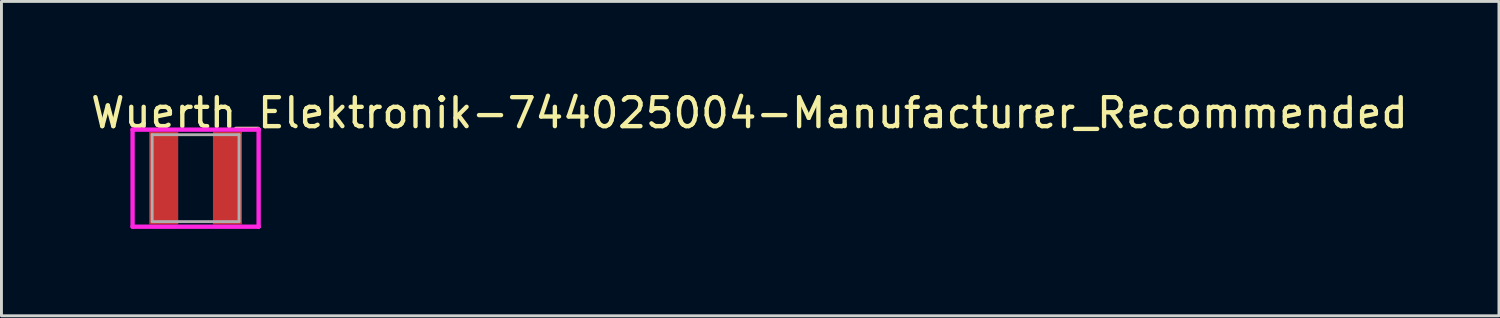
<source format=kicad_pcb>
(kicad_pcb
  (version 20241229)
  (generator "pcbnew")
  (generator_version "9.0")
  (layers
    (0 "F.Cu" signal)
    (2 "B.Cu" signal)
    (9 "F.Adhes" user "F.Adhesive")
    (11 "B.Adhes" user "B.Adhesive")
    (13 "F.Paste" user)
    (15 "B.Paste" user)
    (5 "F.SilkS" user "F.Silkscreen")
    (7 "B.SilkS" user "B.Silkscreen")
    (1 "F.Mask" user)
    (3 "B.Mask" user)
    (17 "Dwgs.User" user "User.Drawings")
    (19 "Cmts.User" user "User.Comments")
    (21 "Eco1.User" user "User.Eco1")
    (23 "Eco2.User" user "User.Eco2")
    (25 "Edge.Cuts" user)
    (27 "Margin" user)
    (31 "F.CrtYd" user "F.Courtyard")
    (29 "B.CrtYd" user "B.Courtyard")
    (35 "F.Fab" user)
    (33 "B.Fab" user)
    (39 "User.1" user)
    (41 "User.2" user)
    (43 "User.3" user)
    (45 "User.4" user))
  (footprint "Wuerth_Elektronik-744025004-Manufacturer_Recommended"
    (layer "F.Cu")
    (at 3.7 3.098)
    (property "Reference" "Wuerth_Elektronik-744025004-Manufacturer_Recommended" (at -3.7 -2.25 0) (layer "F.SilkS") (effects (font (size 1 1) (thickness 0.15)) (justify left)))
    (attr through_hole)
    (fp_line (start -2.175 -1.675) (end -2.175 1.675) (stroke (width 0.15) (type solid)) (layer "F.CrtYd"))
    (fp_line (start -2.175 1.675) (end 2.175 1.675) (stroke (width 0.15) (type solid)) (layer "F.CrtYd"))
    (fp_line (start 2.175 -1.675) (end -2.175 -1.675) (stroke (width 0.15) (type solid)) (layer "F.CrtYd"))
    (fp_line (start 2.175 -1.675) (end 2.175 -1.675) (stroke (width 0.15) (type solid)) (layer "F.CrtYd"))
    (fp_line (start 2.175 1.675) (end 2.175 -1.675) (stroke (width 0.15) (type solid)) (layer "F.CrtYd"))
    (fp_line (start -1.5 -1.5) (end 1.5 -1.5) (stroke (width 0.1) (type solid)) (layer "F.Fab"))
    (fp_line (start -1.5 1.5) (end -1.5 -1.5) (stroke (width 0.1) (type solid)) (layer "F.Fab"))
    (fp_line (start -1.5 1.5) (end 1.5 1.5) (stroke (width 0.1) (type solid)) (layer "F.Fab"))
    (fp_line (start 1.5 1.5) (end 1.5 -1.5) (stroke (width 0.1) (type solid)) (layer "F.Fab"))
    (pad "1" smd rect (at -1.1 -0.000001 270) (size 3.2 1) (layers "F.Cu" "F.Mask" "F.Paste"))
    (pad "2" smd rect (at 1.1 -0.000001 270) (size 3.2 1) (layers "F.Cu" "F.Mask" "F.Paste")))
  (gr_rect
    (start -3 -3)
    (end 48.679 7.848)
    (stroke (width 0.1) (type default))
    (fill no)
    (layer "Edge.Cuts")))
</source>
